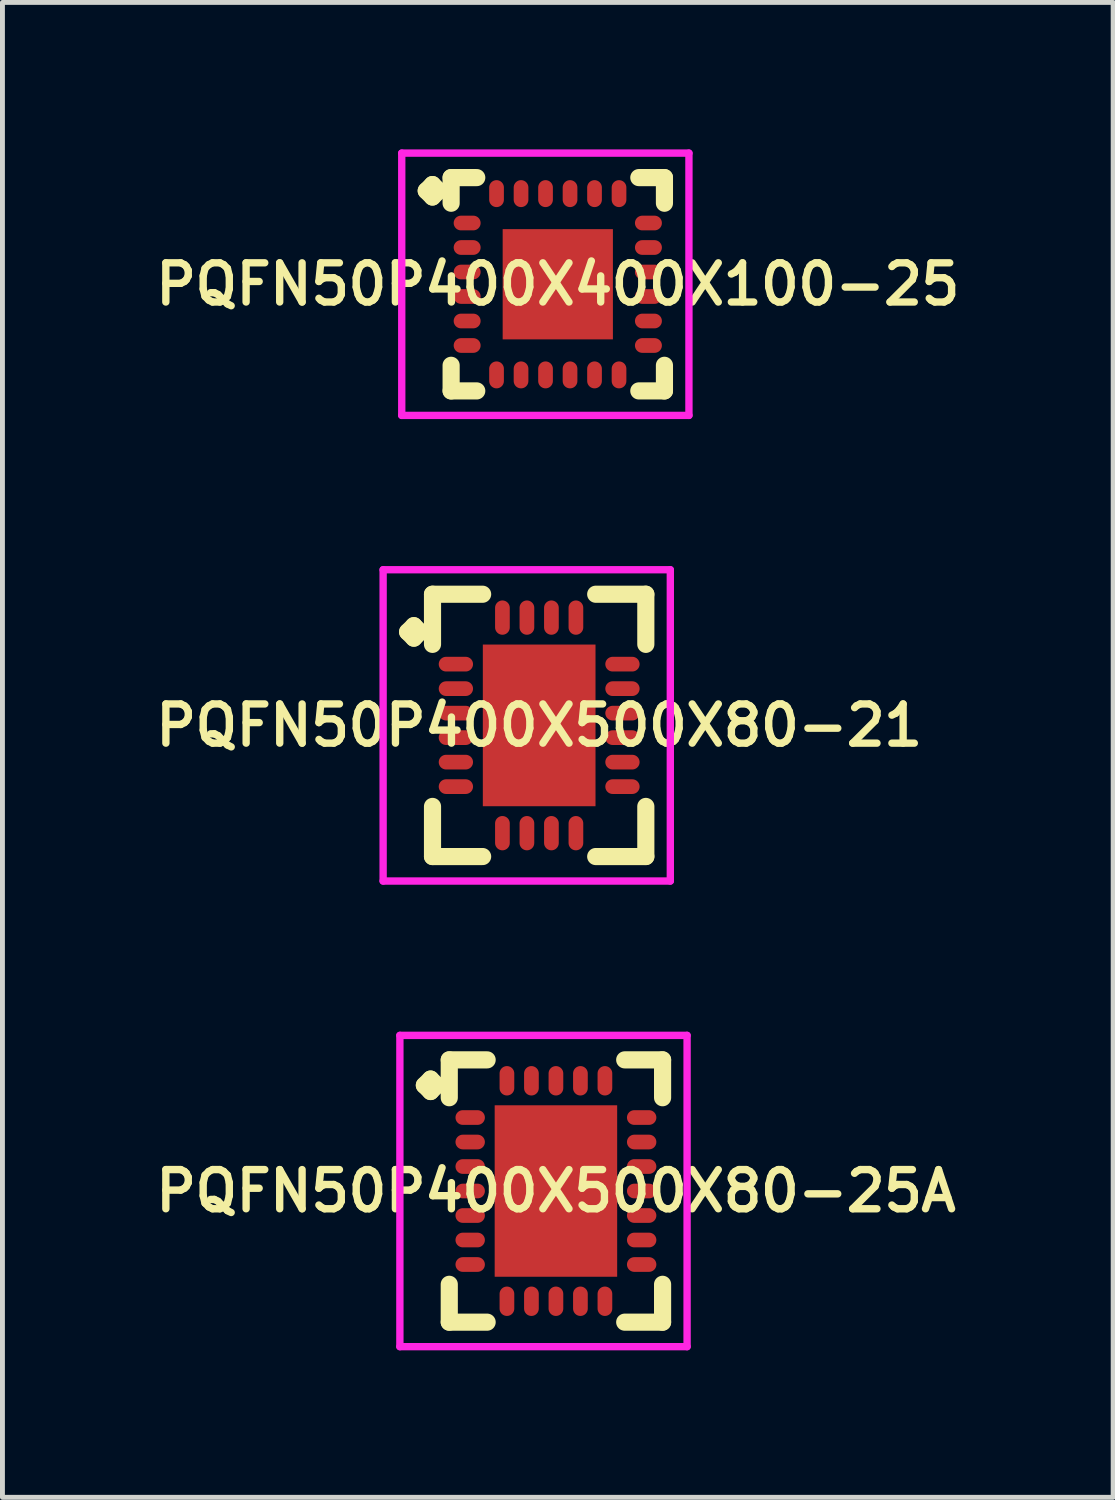
<source format=kicad_pcb>
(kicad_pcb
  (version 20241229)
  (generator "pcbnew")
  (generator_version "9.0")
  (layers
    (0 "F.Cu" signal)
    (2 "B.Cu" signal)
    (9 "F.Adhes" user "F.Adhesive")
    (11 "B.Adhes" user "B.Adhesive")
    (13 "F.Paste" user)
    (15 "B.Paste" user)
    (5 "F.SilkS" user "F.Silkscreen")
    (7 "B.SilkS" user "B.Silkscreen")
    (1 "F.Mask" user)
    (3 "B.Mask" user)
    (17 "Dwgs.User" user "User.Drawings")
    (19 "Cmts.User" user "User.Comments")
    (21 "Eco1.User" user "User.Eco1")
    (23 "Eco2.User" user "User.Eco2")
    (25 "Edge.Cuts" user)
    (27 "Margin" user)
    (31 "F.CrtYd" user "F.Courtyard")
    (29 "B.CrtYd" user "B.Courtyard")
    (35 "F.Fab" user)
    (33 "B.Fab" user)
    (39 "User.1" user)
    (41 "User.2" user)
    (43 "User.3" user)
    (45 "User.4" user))
  (footprint "PQFN50P400X500X80-21"
    (layer "F.Cu")
    (at 7.955 11.756)
    (property "Reference" "PQFN50P400X500X80-21" (at 0 0 0) (layer "F.SilkS") (effects (font (size 0.8 0.8) (thickness 0.15))))
    (attr smd)
    (fp_line (start -2.685 -1.908) (end -2.558 -2.035) (stroke (width 0.35) (type solid)) (layer "F.SilkS"))
    (fp_line (start -2.558 -2.035) (end -2.431 -1.908) (stroke (width 0.35) (type solid)) (layer "F.SilkS"))
    (fp_line (start -2.558 -1.781) (end -2.685 -1.908) (stroke (width 0.35) (type solid)) (layer "F.SilkS"))
    (fp_line (start -2.431 -1.908) (end -2.558 -1.781) (stroke (width 0.35) (type solid)) (layer "F.SilkS"))
    (fp_line (start -2.177 -2.677) (end -1.154 -2.677) (stroke (width 0.35) (type solid)) (layer "F.SilkS"))
    (fp_line (start -2.177 -1.654) (end -2.177 -2.677) (stroke (width 0.35) (type solid)) (layer "F.SilkS"))
    (fp_line (start -2.177 1.654) (end -2.177 2.677) (stroke (width 0.35) (type solid)) (layer "F.SilkS"))
    (fp_line (start -2.177 2.677) (end -1.154 2.677) (stroke (width 0.35) (type solid)) (layer "F.SilkS"))
    (fp_line (start 1.154 -2.677) (end 2.177 -2.677) (stroke (width 0.35) (type solid)) (layer "F.SilkS"))
    (fp_line (start 1.154 2.677) (end 2.177 2.677) (stroke (width 0.35) (type solid)) (layer "F.SilkS"))
    (fp_line (start 2.177 -2.677) (end 2.177 -1.654) (stroke (width 0.35) (type solid)) (layer "F.SilkS"))
    (fp_line (start 2.177 2.677) (end 2.177 1.654) (stroke (width 0.35) (type solid)) (layer "F.SilkS"))
    (fp_line (start -3.185 -3.177) (end 2.677 -3.177) (stroke (width 0.15) (type solid)) (layer "F.CrtYd"))
    (fp_line (start -3.185 3.177) (end -3.185 -3.177) (stroke (width 0.15) (type solid)) (layer "F.CrtYd"))
    (fp_line (start 2.677 -3.177) (end 2.677 3.177) (stroke (width 0.15) (type solid)) (layer "F.CrtYd"))
    (fp_line (start 2.677 3.177) (end -3.185 3.177) (stroke (width 0.15) (type solid)) (layer "F.CrtYd"))
    (pad "1" smd oval (at -1.7 -1.25) (size 0.7 0.3) (layers "F.Cu" "F.Mask" "F.Paste"))
    (pad "2" smd oval (at -1.7 -0.75) (size 0.7 0.3) (layers "F.Cu" "F.Mask" "F.Paste"))
    (pad "3" smd oval (at -1.7 -0.25) (size 0.7 0.3) (layers "F.Cu" "F.Mask" "F.Paste"))
    (pad "4" smd oval (at -1.7 0.25) (size 0.7 0.3) (layers "F.Cu" "F.Mask" "F.Paste"))
    (pad "5" smd oval (at -1.7 0.75) (size 0.7 0.3) (layers "F.Cu" "F.Mask" "F.Paste"))
    (pad "6" smd oval (at -1.7 1.25) (size 0.7 0.3) (layers "F.Cu" "F.Mask" "F.Paste"))
    (pad "7" smd oval (at -0.75 2.2) (size 0.3 0.7) (layers "F.Cu" "F.Mask" "F.Paste"))
    (pad "8" smd oval (at -0.25 2.2) (size 0.3 0.7) (layers "F.Cu" "F.Mask" "F.Paste"))
    (pad "9" smd oval (at 0.25 2.2) (size 0.3 0.7) (layers "F.Cu" "F.Mask" "F.Paste"))
    (pad "10" smd oval (at 0.75 2.2) (size 0.3 0.7) (layers "F.Cu" "F.Mask" "F.Paste"))
    (pad "11" smd oval (at 1.7 1.25) (size 0.7 0.3) (layers "F.Cu" "F.Mask" "F.Paste"))
    (pad "12" smd oval (at 1.7 0.75) (size 0.7 0.3) (layers "F.Cu" "F.Mask" "F.Paste"))
    (pad "13" smd oval (at 1.7 0.25) (size 0.7 0.3) (layers "F.Cu" "F.Mask" "F.Paste"))
    (pad "14" smd oval (at 1.7 -0.25) (size 0.7 0.3) (layers "F.Cu" "F.Mask" "F.Paste"))
    (pad "15" smd oval (at 1.7 -0.75) (size 0.7 0.3) (layers "F.Cu" "F.Mask" "F.Paste"))
    (pad "16" smd oval (at 1.7 -1.25) (size 0.7 0.3) (layers "F.Cu" "F.Mask" "F.Paste"))
    (pad "17" smd oval (at 0.75 -2.2) (size 0.3 0.7) (layers "F.Cu" "F.Mask" "F.Paste"))
    (pad "18" smd oval (at 0.25 -2.2) (size 0.3 0.7) (layers "F.Cu" "F.Mask" "F.Paste"))
    (pad "19" smd oval (at -0.25 -2.2) (size 0.3 0.7) (layers "F.Cu" "F.Mask" "F.Paste"))
    (pad "20" smd oval (at -0.75 -2.2) (size 0.3 0.7) (layers "F.Cu" "F.Mask" "F.Paste"))
    (pad "21" smd rect (at 0 0) (size 2.3 3.3) (layers "F.Cu" "F.Mask" "F.Paste")))
  (footprint "PQFN50P400X400X100-25"
    (layer "F.Cu")
    (at 8.335 2.752)
    (property "Reference" "PQFN50P400X400X100-25" (at 0 0 0) (layer "F.SilkS") (effects (font (size 0.8 0.8) (thickness 0.15))))
    (attr smd)
    (fp_line (start -2.685 -1.908) (end -2.558 -2.035) (stroke (width 0.35) (type solid)) (layer "F.SilkS"))
    (fp_line (start -2.558 -2.035) (end -2.431 -1.908) (stroke (width 0.35) (type solid)) (layer "F.SilkS"))
    (fp_line (start -2.558 -1.781) (end -2.685 -1.908) (stroke (width 0.35) (type solid)) (layer "F.SilkS"))
    (fp_line (start -2.431 -1.908) (end -2.558 -1.781) (stroke (width 0.35) (type solid)) (layer "F.SilkS"))
    (fp_line (start -2.177 -2.177) (end -1.654 -2.177) (stroke (width 0.35) (type solid)) (layer "F.SilkS"))
    (fp_line (start -2.177 -1.654) (end -2.177 -2.177) (stroke (width 0.35) (type solid)) (layer "F.SilkS"))
    (fp_line (start -2.177 1.654) (end -2.177 2.177) (stroke (width 0.35) (type solid)) (layer "F.SilkS"))
    (fp_line (start -2.177 2.177) (end -1.654 2.177) (stroke (width 0.35) (type solid)) (layer "F.SilkS"))
    (fp_line (start 1.654 -2.177) (end 2.177 -2.177) (stroke (width 0.35) (type solid)) (layer "F.SilkS"))
    (fp_line (start 1.654 2.177) (end 2.177 2.177) (stroke (width 0.35) (type solid)) (layer "F.SilkS"))
    (fp_line (start 2.177 -2.177) (end 2.177 -1.654) (stroke (width 0.35) (type solid)) (layer "F.SilkS"))
    (fp_line (start 2.177 2.177) (end 2.177 1.654) (stroke (width 0.35) (type solid)) (layer "F.SilkS"))
    (fp_line (start -3.185 -2.677) (end 2.677 -2.677) (stroke (width 0.15) (type solid)) (layer "F.CrtYd"))
    (fp_line (start -3.185 2.677) (end -3.185 -2.677) (stroke (width 0.15) (type solid)) (layer "F.CrtYd"))
    (fp_line (start 2.677 -2.677) (end 2.677 2.677) (stroke (width 0.15) (type solid)) (layer "F.CrtYd"))
    (fp_line (start 2.677 2.677) (end -3.185 2.677) (stroke (width 0.15) (type solid)) (layer "F.CrtYd"))
    (pad "1" smd oval (at -1.85 -1.25) (size 0.55 0.3) (layers "F.Cu" "F.Mask" "F.Paste"))
    (pad "2" smd oval (at -1.85 -0.75) (size 0.55 0.3) (layers "F.Cu" "F.Mask" "F.Paste"))
    (pad "3" smd oval (at -1.85 -0.25) (size 0.55 0.3) (layers "F.Cu" "F.Mask" "F.Paste"))
    (pad "4" smd oval (at -1.85 0.25) (size 0.55 0.3) (layers "F.Cu" "F.Mask" "F.Paste"))
    (pad "5" smd oval (at -1.85 0.75) (size 0.55 0.3) (layers "F.Cu" "F.Mask" "F.Paste"))
    (pad "6" smd oval (at -1.85 1.25) (size 0.55 0.3) (layers "F.Cu" "F.Mask" "F.Paste"))
    (pad "7" smd oval (at -1.25 1.85) (size 0.3 0.55) (layers "F.Cu" "F.Mask" "F.Paste"))
    (pad "8" smd oval (at -0.75 1.85) (size 0.3 0.55) (layers "F.Cu" "F.Mask" "F.Paste"))
    (pad "9" smd oval (at -0.25 1.85) (size 0.3 0.55) (layers "F.Cu" "F.Mask" "F.Paste"))
    (pad "10" smd oval (at 0.25 1.85) (size 0.3 0.55) (layers "F.Cu" "F.Mask" "F.Paste"))
    (pad "11" smd oval (at 0.75 1.85) (size 0.3 0.55) (layers "F.Cu" "F.Mask" "F.Paste"))
    (pad "12" smd oval (at 1.25 1.85) (size 0.3 0.55) (layers "F.Cu" "F.Mask" "F.Paste"))
    (pad "13" smd oval (at 1.85 1.25) (size 0.55 0.3) (layers "F.Cu" "F.Mask" "F.Paste"))
    (pad "14" smd oval (at 1.85 0.75) (size 0.55 0.3) (layers "F.Cu" "F.Mask" "F.Paste"))
    (pad "15" smd oval (at 1.85 0.25) (size 0.55 0.3) (layers "F.Cu" "F.Mask" "F.Paste"))
    (pad "16" smd oval (at 1.85 -0.25) (size 0.55 0.3) (layers "F.Cu" "F.Mask" "F.Paste"))
    (pad "17" smd oval (at 1.85 -0.75) (size 0.55 0.3) (layers "F.Cu" "F.Mask" "F.Paste"))
    (pad "18" smd oval (at 1.85 -1.25) (size 0.55 0.3) (layers "F.Cu" "F.Mask" "F.Paste"))
    (pad "19" smd oval (at 1.25 -1.85) (size 0.3 0.55) (layers "F.Cu" "F.Mask" "F.Paste"))
    (pad "20" smd oval (at 0.75 -1.85) (size 0.3 0.55) (layers "F.Cu" "F.Mask" "F.Paste"))
    (pad "21" smd oval (at 0.25 -1.85) (size 0.3 0.55) (layers "F.Cu" "F.Mask" "F.Paste"))
    (pad "22" smd oval (at -0.25 -1.85) (size 0.3 0.55) (layers "F.Cu" "F.Mask" "F.Paste"))
    (pad "23" smd oval (at -0.75 -1.85) (size 0.3 0.55) (layers "F.Cu" "F.Mask" "F.Paste"))
    (pad "24" smd oval (at -1.25 -1.85) (size 0.3 0.55) (layers "F.Cu" "F.Mask" "F.Paste"))
    (pad "25" smd rect (at 0 0) (size 2.25 2.25) (layers "F.Cu" "F.Mask" "F.Paste")))
  (footprint "PQFN50P400X500X80-25A"
    (layer "F.Cu")
    (at 8.297 21.26)
    (property "Reference" "PQFN50P400X500X80-25A" (at 0 0 0) (layer "F.SilkS") (effects (font (size 0.8 0.8) (thickness 0.15))))
    (attr through_hole)
    (fp_line (start -2.685 -2.158) (end -2.558 -2.285) (stroke (width 0.35) (type solid)) (layer "F.SilkS"))
    (fp_line (start -2.558 -2.285) (end -2.431 -2.158) (stroke (width 0.35) (type solid)) (layer "F.SilkS"))
    (fp_line (start -2.558 -2.031) (end -2.685 -2.158) (stroke (width 0.35) (type solid)) (layer "F.SilkS"))
    (fp_line (start -2.431 -2.158) (end -2.558 -2.031) (stroke (width 0.35) (type solid)) (layer "F.SilkS"))
    (fp_line (start -2.177 -2.677) (end -1.404 -2.677) (stroke (width 0.35) (type solid)) (layer "F.SilkS"))
    (fp_line (start -2.177 -1.904) (end -2.177 -2.677) (stroke (width 0.35) (type solid)) (layer "F.SilkS"))
    (fp_line (start -2.177 1.904) (end -2.177 2.677) (stroke (width 0.35) (type solid)) (layer "F.SilkS"))
    (fp_line (start -2.177 2.677) (end -1.404 2.677) (stroke (width 0.35) (type solid)) (layer "F.SilkS"))
    (fp_line (start 1.404 -2.677) (end 2.177 -2.677) (stroke (width 0.35) (type solid)) (layer "F.SilkS"))
    (fp_line (start 1.404 2.677) (end 2.177 2.677) (stroke (width 0.35) (type solid)) (layer "F.SilkS"))
    (fp_line (start 2.177 -2.677) (end 2.177 -1.904) (stroke (width 0.35) (type solid)) (layer "F.SilkS"))
    (fp_line (start 2.177 2.677) (end 2.177 1.904) (stroke (width 0.35) (type solid)) (layer "F.SilkS"))
    (fp_line (start -3.185 -3.177) (end 2.677 -3.177) (stroke (width 0.15) (type solid)) (layer "F.CrtYd"))
    (fp_line (start -3.185 3.177) (end -3.185 -3.177) (stroke (width 0.15) (type solid)) (layer "F.CrtYd"))
    (fp_line (start 2.677 -3.177) (end 2.677 3.177) (stroke (width 0.15) (type solid)) (layer "F.CrtYd"))
    (fp_line (start 2.677 3.177) (end -3.185 3.177) (stroke (width 0.15) (type solid)) (layer "F.CrtYd"))
    (pad "1" smd oval (at -1.75 -1.5) (size 0.6 0.3) (layers "F.Cu" "F.Mask" "F.Paste"))
    (pad "2" smd oval (at -1.75 -1) (size 0.6 0.3) (layers "F.Cu" "F.Mask" "F.Paste"))
    (pad "3" smd oval (at -1.75 -0.5) (size 0.6 0.3) (layers "F.Cu" "F.Mask" "F.Paste"))
    (pad "4" smd oval (at -1.75 0) (size 0.6 0.3) (layers "F.Cu" "F.Mask" "F.Paste"))
    (pad "5" smd oval (at -1.75 0.5) (size 0.6 0.3) (layers "F.Cu" "F.Mask" "F.Paste"))
    (pad "6" smd oval (at -1.75 1) (size 0.6 0.3) (layers "F.Cu" "F.Mask" "F.Paste"))
    (pad "7" smd oval (at -1.75 1.5) (size 0.6 0.3) (layers "F.Cu" "F.Mask" "F.Paste"))
    (pad "8" smd oval (at -1 2.25) (size 0.3 0.6) (layers "F.Cu" "F.Mask" "F.Paste"))
    (pad "9" smd oval (at -0.5 2.25) (size 0.3 0.6) (layers "F.Cu" "F.Mask" "F.Paste"))
    (pad "10" smd oval (at 0 2.25) (size 0.3 0.6) (layers "F.Cu" "F.Mask" "F.Paste"))
    (pad "11" smd oval (at 0.5 2.25) (size 0.3 0.6) (layers "F.Cu" "F.Mask" "F.Paste"))
    (pad "12" smd oval (at 1 2.25) (size 0.3 0.6) (layers "F.Cu" "F.Mask" "F.Paste"))
    (pad "13" smd oval (at 1.75 1.5) (size 0.6 0.3) (layers "F.Cu" "F.Mask" "F.Paste"))
    (pad "14" smd oval (at 1.75 1) (size 0.6 0.3) (layers "F.Cu" "F.Mask" "F.Paste"))
    (pad "15" smd oval (at 1.75 0.5) (size 0.6 0.3) (layers "F.Cu" "F.Mask" "F.Paste"))
    (pad "16" smd oval (at 1.75 0) (size 0.6 0.3) (layers "F.Cu" "F.Mask" "F.Paste"))
    (pad "17" smd oval (at 1.75 -0.5) (size 0.6 0.3) (layers "F.Cu" "F.Mask" "F.Paste"))
    (pad "18" smd oval (at 1.75 -1) (size 0.6 0.3) (layers "F.Cu" "F.Mask" "F.Paste"))
    (pad "19" smd oval (at 1.75 -1.5) (size 0.6 0.3) (layers "F.Cu" "F.Mask" "F.Paste"))
    (pad "20" smd oval (at 1 -2.25) (size 0.3 0.6) (layers "F.Cu" "F.Mask" "F.Paste"))
    (pad "21" smd oval (at 0.5 -2.25) (size 0.3 0.6) (layers "F.Cu" "F.Mask" "F.Paste"))
    (pad "22" smd oval (at 0 -2.25) (size 0.3 0.6) (layers "F.Cu" "F.Mask" "F.Paste"))
    (pad "23" smd oval (at -0.5 -2.25) (size 0.3 0.6) (layers "F.Cu" "F.Mask" "F.Paste"))
    (pad "24" smd oval (at -1 -2.25) (size 0.3 0.6) (layers "F.Cu" "F.Mask" "F.Paste"))
    (pad "25" smd rect (at 0 0) (size 2.5 3.5) (layers "F.Cu" "F.Mask" "F.Paste")))
  (gr_rect
    (start -3 -3)
    (end 19.671 27.512)
    (stroke (width 0.1) (type default))
    (fill no)
    (layer "Edge.Cuts")))
</source>
